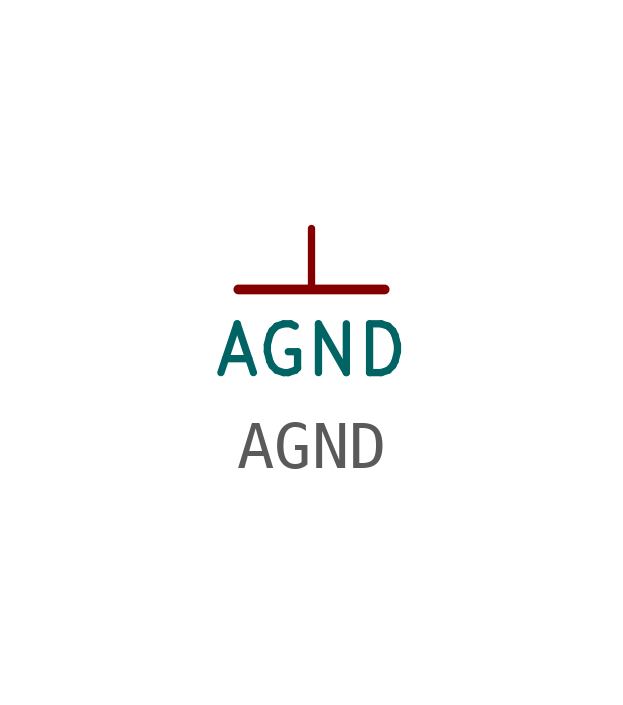
<source format=kicad_sym>
(kicad_symbol_lib
  (version 20241209)
  (generator "kicad_symbol_editor")
  (generator_version "9.0")
  (symbol "AGND"
    (power)
    (pin_numbers
      (hide yes))
    (pin_names
      (offset 0)
      (hide yes))
    (property "Reference" "#PWR"
      (at 0 -1.27 0)
      (effects (font (size 1.016 1.016)) (hide yes)))
    (property "Value" "AGND"
      (at 0 -1.27 0)
      (effects (font (size 1.016 1.016))))
    (symbol "AGND_1_1"
      (polyline (pts (xy -1.524 0) (xy 1.524 0)) (stroke (width 0.203) (type default)) (fill (type none)))
      (pin power_in line (at 0 1.27 270) (length 1.27) (name "GND1" (effects (font (size 1.016 1.016)))) (number "1" (effects (font (size 1.016 1.016))))))))
</source>
